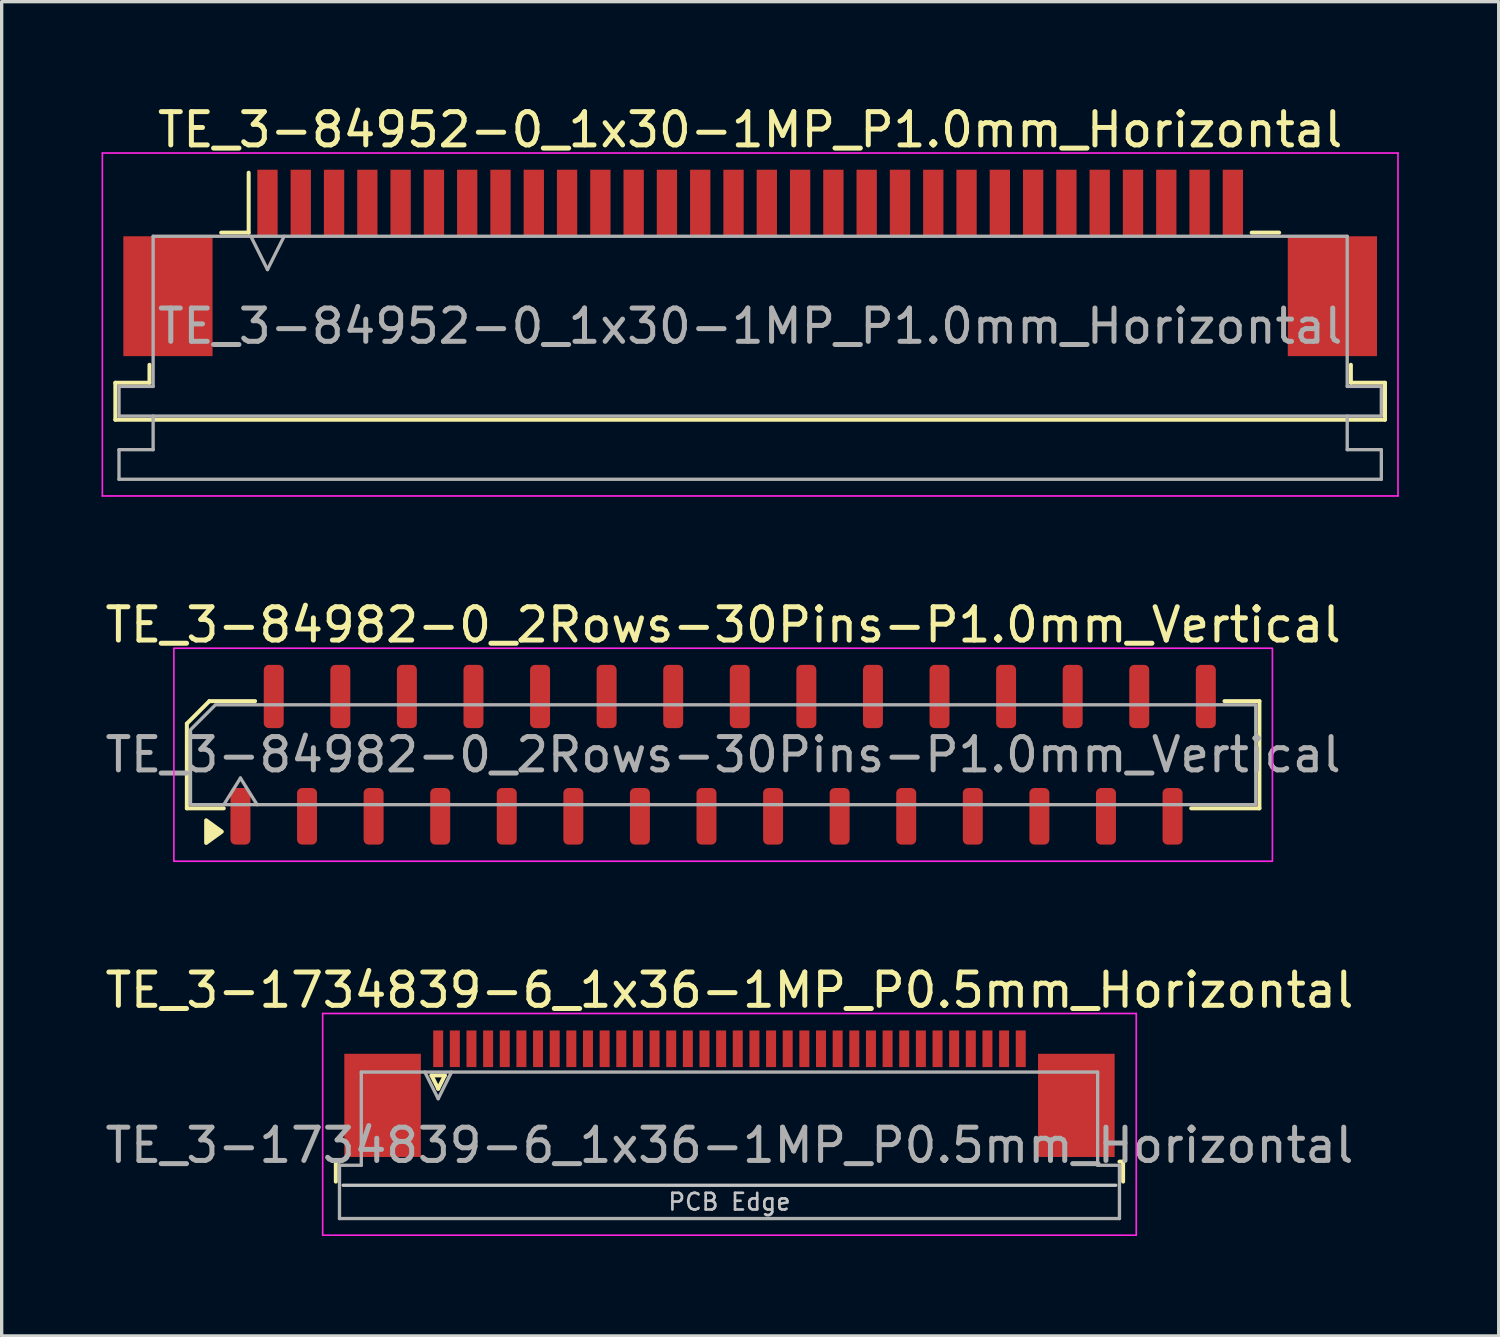
<source format=kicad_pcb>
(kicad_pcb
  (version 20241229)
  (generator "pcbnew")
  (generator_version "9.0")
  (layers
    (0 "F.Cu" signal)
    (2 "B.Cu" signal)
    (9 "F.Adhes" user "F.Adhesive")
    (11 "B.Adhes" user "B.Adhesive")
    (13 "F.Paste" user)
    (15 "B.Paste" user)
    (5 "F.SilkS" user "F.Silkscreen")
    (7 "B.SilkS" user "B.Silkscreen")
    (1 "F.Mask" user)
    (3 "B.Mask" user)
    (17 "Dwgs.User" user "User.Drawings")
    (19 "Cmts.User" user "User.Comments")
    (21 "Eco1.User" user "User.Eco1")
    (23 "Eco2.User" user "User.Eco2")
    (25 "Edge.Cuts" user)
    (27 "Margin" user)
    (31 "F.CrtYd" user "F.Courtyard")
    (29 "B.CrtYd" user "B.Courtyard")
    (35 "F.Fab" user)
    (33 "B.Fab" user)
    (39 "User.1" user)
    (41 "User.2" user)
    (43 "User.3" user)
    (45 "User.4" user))
  (footprint "TE_3-84982-0_2Rows-30Pins-P1.0mm_Vertical"
    (layer "F.Cu")
    (at 18.673 19.622)
    (property "Reference" "TE_3-84982-0_2Rows-30Pins-P1.0mm_Vertical" (at 0 -3.9 0) (layer "F.SilkS") (effects (font (size 1 1) (thickness 0.15))))
    (attr smd)
    (fp_line (start -16.11 -0.934) (end -16.11 1.61) (stroke (width 0.12) (type solid)) (layer "F.SilkS"))
    (fp_line (start -16.11 1.61) (end -15 1.61) (stroke (width 0.12) (type solid)) (layer "F.SilkS"))
    (fp_line (start -15.434 -1.61) (end -16.11 -0.934) (stroke (width 0.12) (type solid)) (layer "F.SilkS"))
    (fp_line (start -14.06 -1.61) (end -15.434 -1.61) (stroke (width 0.12) (type solid)) (layer "F.SilkS"))
    (fp_line (start 14.06 1.61) (end 16.11 1.61) (stroke (width 0.12) (type solid)) (layer "F.SilkS"))
    (fp_line (start 16.11 -1.61) (end 15.06 -1.61) (stroke (width 0.12) (type solid)) (layer "F.SilkS"))
    (fp_line (start 16.11 1.61) (end 16.11 -1.61) (stroke (width 0.12) (type solid)) (layer "F.SilkS"))
    (fp_poly (pts (xy -15.06 2.31) (xy -15.53 2.65) (xy -15.53 1.97)) (stroke (width 0.12) (type solid)) (fill yes) (layer "F.SilkS"))
    (fp_rect (start -16.5 -3.2) (end 16.5 3.2) (stroke (width 0.05) (type solid)) (fill no) (layer "F.CrtYd"))
    (fp_line (start -15 1.5) (end -14.5 0.7) (stroke (width 0.1) (type solid)) (layer "F.Fab"))
    (fp_line (start -14.5 0.7) (end -14 1.5) (stroke (width 0.1) (type solid)) (layer "F.Fab"))
    (fp_poly (pts (xy -16 -0.75) (xy -16 1.5) (xy 16 1.5) (xy 16 -1.5) (xy -15.25 -1.5)) (stroke (width 0.1) (type solid)) (fill no) (layer "F.Fab"))
    (fp_text user "${REFERENCE}" (at 0 0 0) (layer "F.Fab") (effects (font (size 1 1) (thickness 0.15))))
    (pad "1" smd roundrect (at -14.5 1.85) (size 0.6 1.7) (layers "F.Cu" "F.Mask" "F.Paste") (roundrect_rratio 0.25))
    (pad "2" smd roundrect (at -13.5 -1.75) (size 0.6 1.9) (layers "F.Cu" "F.Mask" "F.Paste") (roundrect_rratio 0.25))
    (pad "3" smd roundrect (at -12.5 1.85) (size 0.6 1.7) (layers "F.Cu" "F.Mask" "F.Paste") (roundrect_rratio 0.25))
    (pad "4" smd roundrect (at -11.5 -1.75) (size 0.6 1.9) (layers "F.Cu" "F.Mask" "F.Paste") (roundrect_rratio 0.25))
    (pad "5" smd roundrect (at -10.5 1.85) (size 0.6 1.7) (layers "F.Cu" "F.Mask" "F.Paste") (roundrect_rratio 0.25))
    (pad "6" smd roundrect (at -9.5 -1.75) (size 0.6 1.9) (layers "F.Cu" "F.Mask" "F.Paste") (roundrect_rratio 0.25))
    (pad "7" smd roundrect (at -8.5 1.85) (size 0.6 1.7) (layers "F.Cu" "F.Mask" "F.Paste") (roundrect_rratio 0.25))
    (pad "8" smd roundrect (at -7.5 -1.75) (size 0.6 1.9) (layers "F.Cu" "F.Mask" "F.Paste") (roundrect_rratio 0.25))
    (pad "9" smd roundrect (at -6.5 1.85) (size 0.6 1.7) (layers "F.Cu" "F.Mask" "F.Paste") (roundrect_rratio 0.25))
    (pad "10" smd roundrect (at -5.5 -1.75) (size 0.6 1.9) (layers "F.Cu" "F.Mask" "F.Paste") (roundrect_rratio 0.25))
    (pad "11" smd roundrect (at -4.5 1.85) (size 0.6 1.7) (layers "F.Cu" "F.Mask" "F.Paste") (roundrect_rratio 0.25))
    (pad "12" smd roundrect (at -3.5 -1.75) (size 0.6 1.9) (layers "F.Cu" "F.Mask" "F.Paste") (roundrect_rratio 0.25))
    (pad "13" smd roundrect (at -2.5 1.85) (size 0.6 1.7) (layers "F.Cu" "F.Mask" "F.Paste") (roundrect_rratio 0.25))
    (pad "14" smd roundrect (at -1.5 -1.75) (size 0.6 1.9) (layers "F.Cu" "F.Mask" "F.Paste") (roundrect_rratio 0.25))
    (pad "15" smd roundrect (at -0.5 1.85) (size 0.6 1.7) (layers "F.Cu" "F.Mask" "F.Paste") (roundrect_rratio 0.25))
    (pad "16" smd roundrect (at 0.5 -1.75) (size 0.6 1.9) (layers "F.Cu" "F.Mask" "F.Paste") (roundrect_rratio 0.25))
    (pad "17" smd roundrect (at 1.5 1.85) (size 0.6 1.7) (layers "F.Cu" "F.Mask" "F.Paste") (roundrect_rratio 0.25))
    (pad "18" smd roundrect (at 2.5 -1.75) (size 0.6 1.9) (layers "F.Cu" "F.Mask" "F.Paste") (roundrect_rratio 0.25))
    (pad "19" smd roundrect (at 3.5 1.85) (size 0.6 1.7) (layers "F.Cu" "F.Mask" "F.Paste") (roundrect_rratio 0.25))
    (pad "20" smd roundrect (at 4.5 -1.75) (size 0.6 1.9) (layers "F.Cu" "F.Mask" "F.Paste") (roundrect_rratio 0.25))
    (pad "21" smd roundrect (at 5.5 1.85) (size 0.6 1.7) (layers "F.Cu" "F.Mask" "F.Paste") (roundrect_rratio 0.25))
    (pad "22" smd roundrect (at 6.5 -1.75) (size 0.6 1.9) (layers "F.Cu" "F.Mask" "F.Paste") (roundrect_rratio 0.25))
    (pad "23" smd roundrect (at 7.5 1.85) (size 0.6 1.7) (layers "F.Cu" "F.Mask" "F.Paste") (roundrect_rratio 0.25))
    (pad "24" smd roundrect (at 8.5 -1.75) (size 0.6 1.9) (layers "F.Cu" "F.Mask" "F.Paste") (roundrect_rratio 0.25))
    (pad "25" smd roundrect (at 9.5 1.85) (size 0.6 1.7) (layers "F.Cu" "F.Mask" "F.Paste") (roundrect_rratio 0.25))
    (pad "26" smd roundrect (at 10.5 -1.75) (size 0.6 1.9) (layers "F.Cu" "F.Mask" "F.Paste") (roundrect_rratio 0.25))
    (pad "27" smd roundrect (at 11.5 1.85) (size 0.6 1.7) (layers "F.Cu" "F.Mask" "F.Paste") (roundrect_rratio 0.25))
    (pad "28" smd roundrect (at 12.5 -1.75) (size 0.6 1.9) (layers "F.Cu" "F.Mask" "F.Paste") (roundrect_rratio 0.25))
    (pad "29" smd roundrect (at 13.5 1.85) (size 0.6 1.7) (layers "F.Cu" "F.Mask" "F.Paste") (roundrect_rratio 0.25))
    (pad "30" smd roundrect (at 14.5 -1.75) (size 0.6 1.9) (layers "F.Cu" "F.Mask" "F.Paste") (roundrect_rratio 0.25)))
  (footprint "TE_3-1734839-6_1x36-1MP_P0.5mm_Horizontal"
    (layer "F.Cu")
    (at 18.863 29.805)
    (property "Reference" "TE_3-1734839-6_1x36-1MP_P0.5mm_Horizontal" (at 0 -3.11 0) (layer "F.SilkS") (effects (font (size 1 1) (thickness 0.15))))
    (attr smd)
    (fp_line (start -11.825 2.04) (end -11.825 2.64) (stroke (width 0.12) (type solid)) (layer "F.SilkS"))
    (fp_line (start -11.715 2.04) (end -11.825 2.04) (stroke (width 0.12) (type solid)) (layer "F.SilkS"))
    (fp_line (start -8.95 -0.55) (end -8.75 -0.15) (stroke (width 0.12) (type solid)) (layer "F.SilkS"))
    (fp_line (start -8.75 -0.15) (end -8.55 -0.55) (stroke (width 0.12) (type solid)) (layer "F.SilkS"))
    (fp_line (start -8.55 -0.55) (end -8.95 -0.55) (stroke (width 0.12) (type solid)) (layer "F.SilkS"))
    (fp_line (start 11.715 2.04) (end 11.825 2.04) (stroke (width 0.12) (type solid)) (layer "F.SilkS"))
    (fp_line (start 11.825 2.04) (end 11.825 2.64) (stroke (width 0.12) (type solid)) (layer "F.SilkS"))
    (fp_line (start 11.605 2.75) (end -11.605 2.75) (stroke (width 0.1) (type solid)) (layer "Dwgs.User"))
    (fp_line (start -12.22 -2.41) (end -12.22 4.25) (stroke (width 0.05) (type solid)) (layer "F.CrtYd"))
    (fp_line (start -12.22 4.25) (end 12.22 4.25) (stroke (width 0.05) (type solid)) (layer "F.CrtYd"))
    (fp_line (start 12.22 -2.41) (end -12.22 -2.41) (stroke (width 0.05) (type solid)) (layer "F.CrtYd"))
    (fp_line (start 12.22 4.25) (end 12.22 -2.41) (stroke (width 0.05) (type solid)) (layer "F.CrtYd"))
    (fp_line (start -11.715 2.15) (end -11.06 2.15) (stroke (width 0.1) (type solid)) (layer "F.Fab"))
    (fp_line (start -11.715 3.75) (end -11.715 2.15) (stroke (width 0.1) (type solid)) (layer "F.Fab"))
    (fp_line (start -11.06 -0.65) (end 11.06 -0.65) (stroke (width 0.1) (type solid)) (layer "F.Fab"))
    (fp_line (start -11.06 2.15) (end -11.06 -0.65) (stroke (width 0.1) (type solid)) (layer "F.Fab"))
    (fp_line (start -9.15 -0.65) (end -8.75 0.15) (stroke (width 0.1) (type solid)) (layer "F.Fab"))
    (fp_line (start -8.75 0.15) (end -8.35 -0.65) (stroke (width 0.1) (type solid)) (layer "F.Fab"))
    (fp_line (start 11.06 -0.65) (end 11.06 2.15) (stroke (width 0.1) (type solid)) (layer "F.Fab"))
    (fp_line (start 11.06 2.15) (end 11.715 2.15) (stroke (width 0.1) (type solid)) (layer "F.Fab"))
    (fp_line (start 11.715 2.15) (end 11.715 3.75) (stroke (width 0.1) (type solid)) (layer "F.Fab"))
    (fp_line (start 11.715 3.75) (end -11.715 3.75) (stroke (width 0.1) (type solid)) (layer "F.Fab"))
    (fp_text user "PCB Edge" (at 0 3.25 0) (layer "Dwgs.User") (effects (font (size 0.5 0.5) (thickness 0.08))))
    (fp_text user "${REFERENCE}" (at 0 1.55 0) (layer "F.Fab") (effects (font (size 1 1) (thickness 0.15))))
    (pad "1" smd rect (at -8.75 -1.35) (size 0.3 1.1) (layers "F.Cu" "F.Mask" "F.Paste"))
    (pad "2" smd rect (at -8.25 -1.35) (size 0.3 1.1) (layers "F.Cu" "F.Mask" "F.Paste"))
    (pad "3" smd rect (at -7.75 -1.35) (size 0.3 1.1) (layers "F.Cu" "F.Mask" "F.Paste"))
    (pad "4" smd rect (at -7.25 -1.35) (size 0.3 1.1) (layers "F.Cu" "F.Mask" "F.Paste"))
    (pad "5" smd rect (at -6.75 -1.35) (size 0.3 1.1) (layers "F.Cu" "F.Mask" "F.Paste"))
    (pad "6" smd rect (at -6.25 -1.35) (size 0.3 1.1) (layers "F.Cu" "F.Mask" "F.Paste"))
    (pad "7" smd rect (at -5.75 -1.35) (size 0.3 1.1) (layers "F.Cu" "F.Mask" "F.Paste"))
    (pad "8" smd rect (at -5.25 -1.35) (size 0.3 1.1) (layers "F.Cu" "F.Mask" "F.Paste"))
    (pad "9" smd rect (at -4.75 -1.35) (size 0.3 1.1) (layers "F.Cu" "F.Mask" "F.Paste"))
    (pad "10" smd rect (at -4.25 -1.35) (size 0.3 1.1) (layers "F.Cu" "F.Mask" "F.Paste"))
    (pad "11" smd rect (at -3.75 -1.35) (size 0.3 1.1) (layers "F.Cu" "F.Mask" "F.Paste"))
    (pad "12" smd rect (at -3.25 -1.35) (size 0.3 1.1) (layers "F.Cu" "F.Mask" "F.Paste"))
    (pad "13" smd rect (at -2.75 -1.35) (size 0.3 1.1) (layers "F.Cu" "F.Mask" "F.Paste"))
    (pad "14" smd rect (at -2.25 -1.35) (size 0.3 1.1) (layers "F.Cu" "F.Mask" "F.Paste"))
    (pad "15" smd rect (at -1.75 -1.35) (size 0.3 1.1) (layers "F.Cu" "F.Mask" "F.Paste"))
    (pad "16" smd rect (at -1.25 -1.35) (size 0.3 1.1) (layers "F.Cu" "F.Mask" "F.Paste"))
    (pad "17" smd rect (at -0.75 -1.35) (size 0.3 1.1) (layers "F.Cu" "F.Mask" "F.Paste"))
    (pad "18" smd rect (at -0.25 -1.35) (size 0.3 1.1) (layers "F.Cu" "F.Mask" "F.Paste"))
    (pad "19" smd rect (at 0.25 -1.35) (size 0.3 1.1) (layers "F.Cu" "F.Mask" "F.Paste"))
    (pad "20" smd rect (at 0.75 -1.35) (size 0.3 1.1) (layers "F.Cu" "F.Mask" "F.Paste"))
    (pad "21" smd rect (at 1.25 -1.35) (size 0.3 1.1) (layers "F.Cu" "F.Mask" "F.Paste"))
    (pad "22" smd rect (at 1.75 -1.35) (size 0.3 1.1) (layers "F.Cu" "F.Mask" "F.Paste"))
    (pad "23" smd rect (at 2.25 -1.35) (size 0.3 1.1) (layers "F.Cu" "F.Mask" "F.Paste"))
    (pad "24" smd rect (at 2.75 -1.35) (size 0.3 1.1) (layers "F.Cu" "F.Mask" "F.Paste"))
    (pad "25" smd rect (at 3.25 -1.35) (size 0.3 1.1) (layers "F.Cu" "F.Mask" "F.Paste"))
    (pad "26" smd rect (at 3.75 -1.35) (size 0.3 1.1) (layers "F.Cu" "F.Mask" "F.Paste"))
    (pad "27" smd rect (at 4.25 -1.35) (size 0.3 1.1) (layers "F.Cu" "F.Mask" "F.Paste"))
    (pad "28" smd rect (at 4.75 -1.35) (size 0.3 1.1) (layers "F.Cu" "F.Mask" "F.Paste"))
    (pad "29" smd rect (at 5.25 -1.35) (size 0.3 1.1) (layers "F.Cu" "F.Mask" "F.Paste"))
    (pad "30" smd rect (at 5.75 -1.35) (size 0.3 1.1) (layers "F.Cu" "F.Mask" "F.Paste"))
    (pad "31" smd rect (at 6.25 -1.35) (size 0.3 1.1) (layers "F.Cu" "F.Mask" "F.Paste"))
    (pad "32" smd rect (at 6.75 -1.35) (size 0.3 1.1) (layers "F.Cu" "F.Mask" "F.Paste"))
    (pad "33" smd rect (at 7.25 -1.35) (size 0.3 1.1) (layers "F.Cu" "F.Mask" "F.Paste"))
    (pad "34" smd rect (at 7.75 -1.35) (size 0.3 1.1) (layers "F.Cu" "F.Mask" "F.Paste"))
    (pad "35" smd rect (at 8.25 -1.35) (size 0.3 1.1) (layers "F.Cu" "F.Mask" "F.Paste"))
    (pad "36" smd rect (at 8.75 -1.35) (size 0.3 1.1) (layers "F.Cu" "F.Mask" "F.Paste"))
    (pad "MP" smd rect (at -10.42 0.35) (size 2.3 3.1) (layers "F.Cu" "F.Mask" "F.Paste"))
    (pad "MP" smd rect (at 10.42 0.35) (size 2.3 3.1) (layers "F.Cu" "F.Mask" "F.Paste")))
  (footprint "TE_3-84952-0_1x30-1MP_P1.0mm_Horizontal"
    (layer "F.Cu")
    (at 19.485 4.848)
    (property "Reference" "TE_3-84952-0_1x30-1MP_P1.0mm_Horizontal" (at 0 -4 0) (layer "F.SilkS") (effects (font (size 1 1) (thickness 0.15))))
    (attr smd)
    (fp_line (start -19.07 3.6) (end -18.045 3.6) (stroke (width 0.12) (type solid)) (layer "F.SilkS"))
    (fp_line (start -19.07 4.71) (end -19.07 3.6) (stroke (width 0.12) (type solid)) (layer "F.SilkS"))
    (fp_line (start -18.045 3.6) (end -18.045 3.06) (stroke (width 0.12) (type solid)) (layer "F.SilkS"))
    (fp_line (start -15.89 -0.91) (end -15.065 -0.91) (stroke (width 0.12) (type solid)) (layer "F.SilkS"))
    (fp_line (start -15.065 -0.91) (end -15.065 -2.71) (stroke (width 0.12) (type solid)) (layer "F.SilkS"))
    (fp_line (start 15.065 -0.91) (end 15.89 -0.91) (stroke (width 0.12) (type solid)) (layer "F.SilkS"))
    (fp_line (start 18.045 3.06) (end 18.045 3.6) (stroke (width 0.12) (type solid)) (layer "F.SilkS"))
    (fp_line (start 18.045 3.6) (end 19.07 3.6) (stroke (width 0.12) (type solid)) (layer "F.SilkS"))
    (fp_line (start 19.07 3.6) (end 19.07 4.71) (stroke (width 0.12) (type solid)) (layer "F.SilkS"))
    (fp_line (start 19.07 4.71) (end -19.07 4.71) (stroke (width 0.12) (type solid)) (layer "F.SilkS"))
    (fp_line (start -19.46 -3.3) (end -19.46 7) (stroke (width 0.05) (type solid)) (layer "F.CrtYd"))
    (fp_line (start -19.46 7) (end 19.46 7) (stroke (width 0.05) (type solid)) (layer "F.CrtYd"))
    (fp_line (start 19.46 -3.3) (end -19.46 -3.3) (stroke (width 0.05) (type solid)) (layer "F.CrtYd"))
    (fp_line (start 19.46 7) (end 19.46 -3.3) (stroke (width 0.05) (type solid)) (layer "F.CrtYd"))
    (fp_line (start -18.96 3.71) (end -17.935 3.71) (stroke (width 0.1) (type solid)) (layer "F.Fab"))
    (fp_line (start -18.96 4.6) (end -18.96 3.71) (stroke (width 0.1) (type solid)) (layer "F.Fab"))
    (fp_line (start -18.96 5.61) (end -17.935 5.61) (stroke (width 0.1) (type solid)) (layer "F.Fab"))
    (fp_line (start -18.96 6.5) (end -18.96 5.61) (stroke (width 0.1) (type solid)) (layer "F.Fab"))
    (fp_line (start -17.935 -0.8) (end 17.935 -0.8) (stroke (width 0.1) (type solid)) (layer "F.Fab"))
    (fp_line (start -17.935 3.71) (end -17.935 -0.8) (stroke (width 0.1) (type solid)) (layer "F.Fab"))
    (fp_line (start -17.935 5.61) (end -17.935 4.6) (stroke (width 0.1) (type solid)) (layer "F.Fab"))
    (fp_line (start -15 -0.8) (end -14.5 0.2) (stroke (width 0.1) (type solid)) (layer "F.Fab"))
    (fp_line (start -14.5 0.2) (end -14 -0.8) (stroke (width 0.1) (type solid)) (layer "F.Fab"))
    (fp_line (start 17.935 -0.8) (end 17.935 3.71) (stroke (width 0.1) (type solid)) (layer "F.Fab"))
    (fp_line (start 17.935 3.71) (end 18.96 3.71) (stroke (width 0.1) (type solid)) (layer "F.Fab"))
    (fp_line (start 17.935 4.6) (end 17.935 5.61) (stroke (width 0.1) (type solid)) (layer "F.Fab"))
    (fp_line (start 17.935 5.61) (end 18.96 5.61) (stroke (width 0.1) (type solid)) (layer "F.Fab"))
    (fp_line (start 18.96 3.71) (end 18.96 4.6) (stroke (width 0.1) (type solid)) (layer "F.Fab"))
    (fp_line (start 18.96 4.6) (end -18.96 4.6) (stroke (width 0.1) (type solid)) (layer "F.Fab"))
    (fp_line (start 18.96 5.61) (end 18.96 6.5) (stroke (width 0.1) (type solid)) (layer "F.Fab"))
    (fp_line (start 18.96 6.5) (end -18.96 6.5) (stroke (width 0.1) (type solid)) (layer "F.Fab"))
    (fp_text user "${REFERENCE}" (at 0 1.9 0) (layer "F.Fab") (effects (font (size 1 1) (thickness 0.15))))
    (pad "1" smd rect (at -14.5 -1.8) (size 0.61 2) (layers "F.Cu" "F.Mask" "F.Paste"))
    (pad "2" smd rect (at -13.5 -1.8) (size 0.61 2) (layers "F.Cu" "F.Mask" "F.Paste"))
    (pad "3" smd rect (at -12.5 -1.8) (size 0.61 2) (layers "F.Cu" "F.Mask" "F.Paste"))
    (pad "4" smd rect (at -11.5 -1.8) (size 0.61 2) (layers "F.Cu" "F.Mask" "F.Paste"))
    (pad "5" smd rect (at -10.5 -1.8) (size 0.61 2) (layers "F.Cu" "F.Mask" "F.Paste"))
    (pad "6" smd rect (at -9.5 -1.8) (size 0.61 2) (layers "F.Cu" "F.Mask" "F.Paste"))
    (pad "7" smd rect (at -8.5 -1.8) (size 0.61 2) (layers "F.Cu" "F.Mask" "F.Paste"))
    (pad "8" smd rect (at -7.5 -1.8) (size 0.61 2) (layers "F.Cu" "F.Mask" "F.Paste"))
    (pad "9" smd rect (at -6.5 -1.8) (size 0.61 2) (layers "F.Cu" "F.Mask" "F.Paste"))
    (pad "10" smd rect (at -5.5 -1.8) (size 0.61 2) (layers "F.Cu" "F.Mask" "F.Paste"))
    (pad "11" smd rect (at -4.5 -1.8) (size 0.61 2) (layers "F.Cu" "F.Mask" "F.Paste"))
    (pad "12" smd rect (at -3.5 -1.8) (size 0.61 2) (layers "F.Cu" "F.Mask" "F.Paste"))
    (pad "13" smd rect (at -2.5 -1.8) (size 0.61 2) (layers "F.Cu" "F.Mask" "F.Paste"))
    (pad "14" smd rect (at -1.5 -1.8) (size 0.61 2) (layers "F.Cu" "F.Mask" "F.Paste"))
    (pad "15" smd rect (at -0.5 -1.8) (size 0.61 2) (layers "F.Cu" "F.Mask" "F.Paste"))
    (pad "16" smd rect (at 0.5 -1.8) (size 0.61 2) (layers "F.Cu" "F.Mask" "F.Paste"))
    (pad "17" smd rect (at 1.5 -1.8) (size 0.61 2) (layers "F.Cu" "F.Mask" "F.Paste"))
    (pad "18" smd rect (at 2.5 -1.8) (size 0.61 2) (layers "F.Cu" "F.Mask" "F.Paste"))
    (pad "19" smd rect (at 3.5 -1.8) (size 0.61 2) (layers "F.Cu" "F.Mask" "F.Paste"))
    (pad "20" smd rect (at 4.5 -1.8) (size 0.61 2) (layers "F.Cu" "F.Mask" "F.Paste"))
    (pad "21" smd rect (at 5.5 -1.8) (size 0.61 2) (layers "F.Cu" "F.Mask" "F.Paste"))
    (pad "22" smd rect (at 6.5 -1.8) (size 0.61 2) (layers "F.Cu" "F.Mask" "F.Paste"))
    (pad "23" smd rect (at 7.5 -1.8) (size 0.61 2) (layers "F.Cu" "F.Mask" "F.Paste"))
    (pad "24" smd rect (at 8.5 -1.8) (size 0.61 2) (layers "F.Cu" "F.Mask" "F.Paste"))
    (pad "25" smd rect (at 9.5 -1.8) (size 0.61 2) (layers "F.Cu" "F.Mask" "F.Paste"))
    (pad "26" smd rect (at 10.5 -1.8) (size 0.61 2) (layers "F.Cu" "F.Mask" "F.Paste"))
    (pad "27" smd rect (at 11.5 -1.8) (size 0.61 2) (layers "F.Cu" "F.Mask" "F.Paste"))
    (pad "28" smd rect (at 12.5 -1.8) (size 0.61 2) (layers "F.Cu" "F.Mask" "F.Paste"))
    (pad "29" smd rect (at 13.5 -1.8) (size 0.61 2) (layers "F.Cu" "F.Mask" "F.Paste"))
    (pad "30" smd rect (at 14.5 -1.8) (size 0.61 2) (layers "F.Cu" "F.Mask" "F.Paste"))
    (pad "MP" smd rect (at -17.49 1) (size 2.68 3.6) (layers "F.Cu" "F.Mask" "F.Paste"))
    (pad "MP" smd rect (at 17.49 1) (size 2.68 3.6) (layers "F.Cu" "F.Mask" "F.Paste")))
  (gr_rect
    (start -3 -3)
    (end 41.97 37.08)
    (stroke (width 0.1) (type default))
    (fill no)
    (layer "Edge.Cuts")))
</source>
